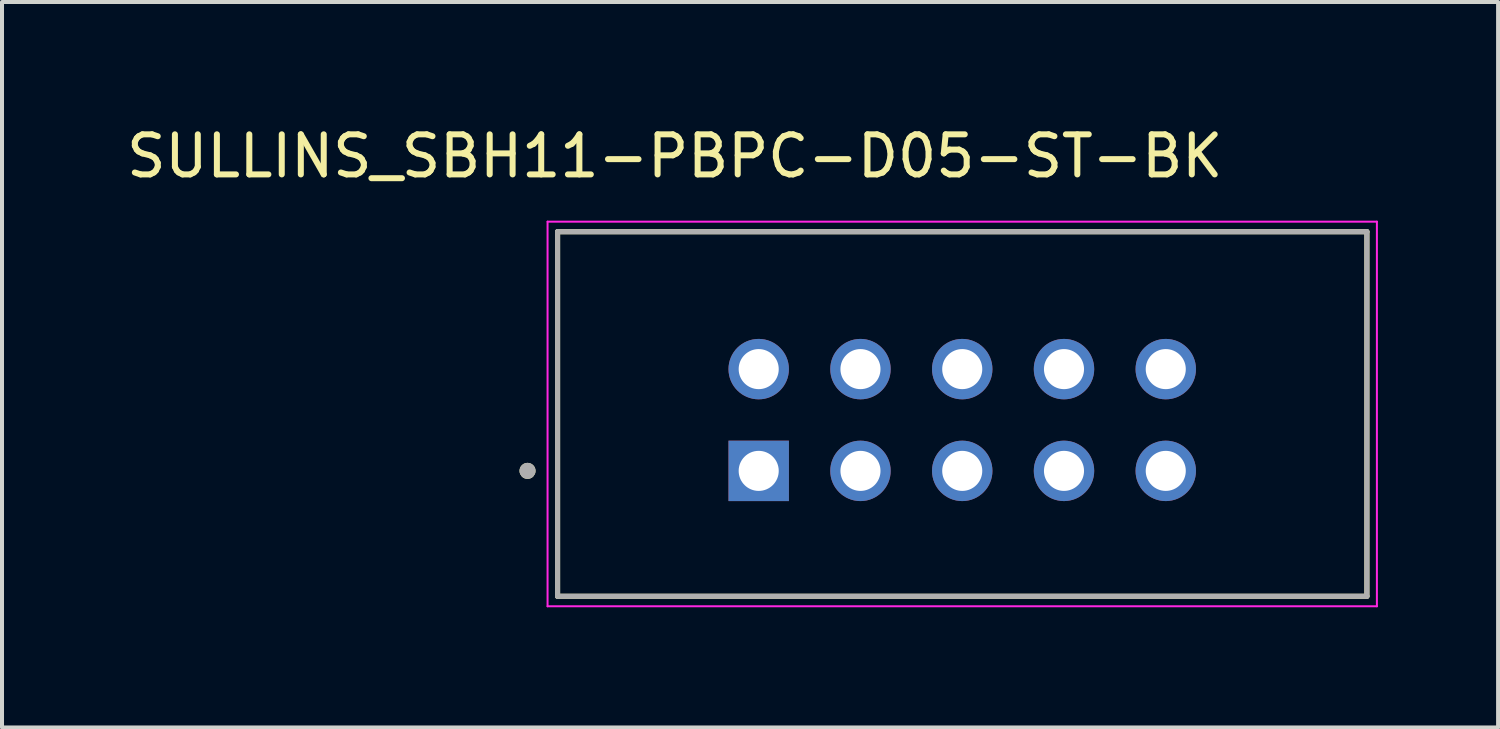
<source format=kicad_pcb>
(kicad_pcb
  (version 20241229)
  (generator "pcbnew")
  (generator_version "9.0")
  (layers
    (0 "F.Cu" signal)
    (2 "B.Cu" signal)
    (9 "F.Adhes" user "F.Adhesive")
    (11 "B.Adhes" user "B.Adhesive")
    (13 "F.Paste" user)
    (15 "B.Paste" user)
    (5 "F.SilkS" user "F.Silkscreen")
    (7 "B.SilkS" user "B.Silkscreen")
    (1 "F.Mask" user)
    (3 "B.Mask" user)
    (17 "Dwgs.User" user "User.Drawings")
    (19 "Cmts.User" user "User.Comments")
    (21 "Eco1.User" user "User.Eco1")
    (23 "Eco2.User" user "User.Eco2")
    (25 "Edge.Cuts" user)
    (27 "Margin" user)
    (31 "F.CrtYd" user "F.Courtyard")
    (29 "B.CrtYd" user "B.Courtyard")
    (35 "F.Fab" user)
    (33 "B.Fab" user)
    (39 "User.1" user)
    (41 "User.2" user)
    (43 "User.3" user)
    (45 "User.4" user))
  (footprint "SULLINS_SBH11-PBPC-D05-ST-BK"
    (layer "F.Cu")
    (at 20.967 7.433)
    (property "Reference" "SULLINS_SBH11-PBPC-D05-ST-BK" (at -7.175 -6.585 0) (layer "F.SilkS") (effects (font (size 1 1) (thickness 0.15))))
    (attr through_hole)
    (fp_line (start -10.1 -4.7) (end -10.1 4.4) (stroke (width 0.127) (type solid)) (layer "F.SilkS"))
    (fp_line (start -10.1 4.4) (end 10.1 4.4) (stroke (width 0.127) (type solid)) (layer "F.SilkS"))
    (fp_line (start 10.1 -4.7) (end -10.1 -4.7) (stroke (width 0.127) (type solid)) (layer "F.SilkS"))
    (fp_line (start 10.1 4.4) (end 10.1 -4.7) (stroke (width 0.127) (type solid)) (layer "F.SilkS"))
    (fp_circle (center -10.85 1.27) (end -10.75 1.27) (stroke (width 0.2) (type solid)) (fill no) (layer "F.SilkS"))
    (fp_line (start -10.35 -4.95) (end -10.35 4.65) (stroke (width 0.05) (type solid)) (layer "F.CrtYd"))
    (fp_line (start -10.35 4.65) (end 10.35 4.65) (stroke (width 0.05) (type solid)) (layer "F.CrtYd"))
    (fp_line (start 10.35 -4.95) (end -10.35 -4.95) (stroke (width 0.05) (type solid)) (layer "F.CrtYd"))
    (fp_line (start 10.35 4.65) (end 10.35 -4.95) (stroke (width 0.05) (type solid)) (layer "F.CrtYd"))
    (fp_line (start -10.1 -4.7) (end -10.1 4.4) (stroke (width 0.127) (type solid)) (layer "F.Fab"))
    (fp_line (start -10.1 4.4) (end 10.1 4.4) (stroke (width 0.127) (type solid)) (layer "F.Fab"))
    (fp_line (start 10.1 -4.7) (end -10.1 -4.7) (stroke (width 0.127) (type solid)) (layer "F.Fab"))
    (fp_line (start 10.1 4.4) (end 10.1 -4.7) (stroke (width 0.127) (type solid)) (layer "F.Fab"))
    (fp_circle (center -10.85 1.27) (end -10.75 1.27) (stroke (width 0.2) (type solid)) (fill no) (layer "F.Fab"))
    (pad "1" thru_hole rect (at -5.08 1.27) (size 1.508 1.508) (drill 1) (layers "*.Cu" "*.Mask"))
    (pad "2" thru_hole circle (at -5.08 -1.27) (size 1.508 1.508) (drill 1) (layers "*.Cu" "*.Mask"))
    (pad "3" thru_hole circle (at -2.54 1.27) (size 1.508 1.508) (drill 1) (layers "*.Cu" "*.Mask"))
    (pad "4" thru_hole circle (at -2.54 -1.27) (size 1.508 1.508) (drill 1) (layers "*.Cu" "*.Mask"))
    (pad "5" thru_hole circle (at 0 1.27) (size 1.508 1.508) (drill 1) (layers "*.Cu" "*.Mask"))
    (pad "6" thru_hole circle (at 0 -1.27) (size 1.508 1.508) (drill 1) (layers "*.Cu" "*.Mask"))
    (pad "7" thru_hole circle (at 2.54 1.27) (size 1.508 1.508) (drill 1) (layers "*.Cu" "*.Mask"))
    (pad "8" thru_hole circle (at 2.54 -1.27) (size 1.508 1.508) (drill 1) (layers "*.Cu" "*.Mask"))
    (pad "9" thru_hole circle (at 5.08 1.27) (size 1.508 1.508) (drill 1) (layers "*.Cu" "*.Mask"))
    (pad "10" thru_hole circle (at 5.08 -1.27) (size 1.508 1.508) (drill 1) (layers "*.Cu" "*.Mask")))
  (gr_rect
    (start -3 -3)
    (end 34.342 15.108)
    (stroke (width 0.1) (type default))
    (fill no)
    (layer "Edge.Cuts")))
</source>
